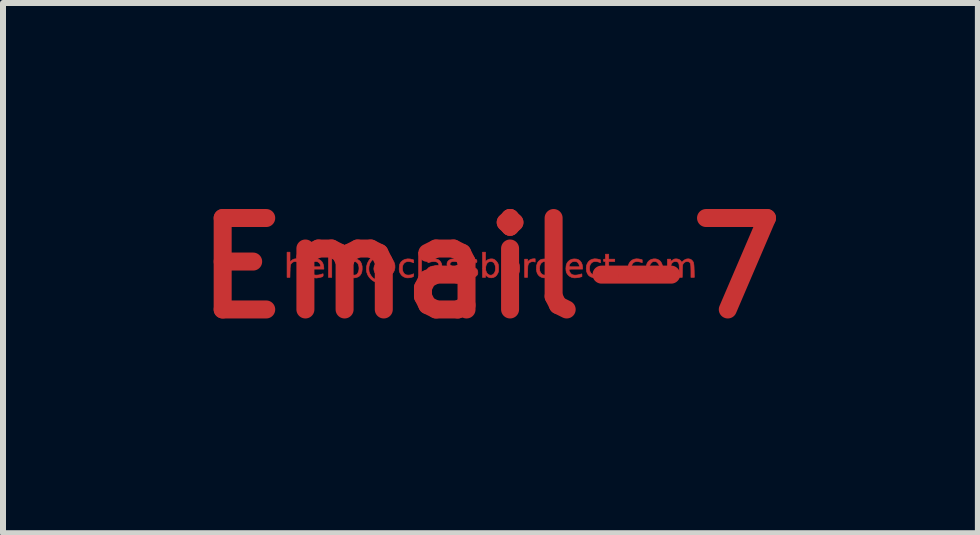
<source format=kicad_pcb>
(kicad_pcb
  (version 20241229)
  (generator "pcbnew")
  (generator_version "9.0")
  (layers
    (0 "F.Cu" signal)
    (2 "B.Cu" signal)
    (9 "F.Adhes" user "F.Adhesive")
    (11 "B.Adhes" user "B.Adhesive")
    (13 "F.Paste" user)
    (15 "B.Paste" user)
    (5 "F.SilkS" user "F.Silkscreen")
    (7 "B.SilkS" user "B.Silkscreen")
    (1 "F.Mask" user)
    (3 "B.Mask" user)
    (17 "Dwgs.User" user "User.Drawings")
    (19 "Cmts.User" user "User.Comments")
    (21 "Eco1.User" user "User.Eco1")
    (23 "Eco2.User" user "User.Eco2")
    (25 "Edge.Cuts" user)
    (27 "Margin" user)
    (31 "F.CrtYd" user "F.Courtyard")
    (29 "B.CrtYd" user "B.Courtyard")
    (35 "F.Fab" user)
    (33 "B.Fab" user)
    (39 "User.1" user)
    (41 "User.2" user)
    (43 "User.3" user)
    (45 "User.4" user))
  (footprint "Email-7"
    (layer "F.Cu")
    (at 5.124 1.418)
    (property "Reference" "Email-7" (at 0 0 0) (layer "F.Cu") (effects (font (size 1.524 1.524) (thickness 0.3))))
    (attr through_hole)
    (fp_poly (pts (xy -2.645 0.155) (xy -2.7 0.155) (xy -2.7 -0.265) (xy -2.645 -0.265) (xy -2.645 0.155)) (stroke (width 0.01) (type solid)) (fill yes) (layer "F.Cu"))
    (fp_poly (pts (xy -2.496 0.155) (xy -2.546 0.155) (xy -2.546 -0.265) (xy -2.496 -0.265) (xy -2.496 0.155)) (stroke (width 0.01) (type solid)) (fill yes) (layer "F.Cu"))
    (fp_poly (pts (xy -1.149 0.155) (xy -1.198 0.155) (xy -1.198 -0.265) (xy -1.149 -0.265) (xy -1.149 0.155)) (stroke (width 0.01) (type solid)) (fill yes) (layer "F.Cu"))
    (fp_poly (pts (xy 1.176 -0.199) (xy 1.121 -0.199) (xy 1.121 -0.265) (xy 1.176 -0.265) (xy 1.176 -0.199)) (stroke (width 0.01) (type solid)) (fill yes) (layer "F.Cu"))
    (fp_poly (pts (xy 2.203 0.155) (xy 2.142 0.155) (xy 2.142 0.083) (xy 2.203 0.083) (xy 2.203 0.155)) (stroke (width 0.01) (type solid)) (fill yes) (layer "F.Cu"))
    (fp_poly (pts (xy 0.745 -0.1) (xy 0.73 -0.105) (xy 0.709 -0.109) (xy 0.685 -0.106) (xy 0.663 -0.098) (xy 0.655 -0.093) (xy 0.644 -0.084) (xy 0.635 -0.073) (xy 0.629 -0.061) (xy 0.625 -0.044) (xy 0.622 -0.022) (xy 0.621 0.008) (xy 0.62 0.047) (xy 0.619 0.054) (xy 0.617 0.155) (xy 0.569 0.155) (xy 0.569 -0.149) (xy 0.618 -0.149) (xy 0.618 -0.104) (xy 0.634 -0.12) (xy 0.66 -0.14) (xy 0.692 -0.152) (xy 0.719 -0.155) (xy 0.745 -0.155) (xy 0.745 -0.1)) (stroke (width 0.01) (type solid)) (fill yes) (layer "F.Cu"))
    (fp_poly (pts (xy 1.175 0.026) (xy 1.175 0.075) (xy 1.174 0.115) (xy 1.173 0.145) (xy 1.172 0.169) (xy 1.171 0.187) (xy 1.17 0.2) (xy 1.168 0.209) (xy 1.165 0.217) (xy 1.162 0.223) (xy 1.147 0.246) (xy 1.128 0.26) (xy 1.101 0.268) (xy 1.092 0.269) (xy 1.06 0.272) (xy 1.06 0.249) (xy 1.061 0.235) (xy 1.064 0.228) (xy 1.073 0.226) (xy 1.079 0.226) (xy 1.1 0.222) (xy 1.11 0.214) (xy 1.113 0.211) (xy 1.115 0.206) (xy 1.117 0.199) (xy 1.119 0.189) (xy 1.12 0.174) (xy 1.12 0.154) (xy 1.121 0.127) (xy 1.121 0.091) (xy 1.121 0.047) (xy 1.121 0.027) (xy 1.121 -0.149) (xy 1.177 -0.149) (xy 1.175 0.026)) (stroke (width 0.01) (type solid)) (fill yes) (layer "F.Cu"))
    (fp_poly (pts (xy 1.971 -0.149) (xy 2.071 -0.149) (xy 2.071 -0.11) (xy 1.971 -0.11) (xy 1.971 -0.012) (xy 1.971 0.028) (xy 1.972 0.058) (xy 1.974 0.079) (xy 1.978 0.094) (xy 1.984 0.103) (xy 1.994 0.108) (xy 2.007 0.11) (xy 2.025 0.11) (xy 2.03 0.11) (xy 2.071 0.11) (xy 2.071 0.155) (xy 2.028 0.154) (xy 2.006 0.153) (xy 1.987 0.152) (xy 1.975 0.151) (xy 1.974 0.151) (xy 1.962 0.146) (xy 1.948 0.137) (xy 1.946 0.135) (xy 1.936 0.125) (xy 1.928 0.11) (xy 1.923 0.09) (xy 1.919 0.063) (xy 1.917 0.027) (xy 1.916 -0.017) (xy 1.916 -0.029) (xy 1.916 -0.11) (xy 1.899 -0.11) (xy 1.888 -0.112) (xy 1.884 -0.117) (xy 1.883 -0.13) (xy 1.884 -0.143) (xy 1.889 -0.148) (xy 1.899 -0.149) (xy 1.916 -0.149) (xy 1.916 -0.232) (xy 1.971 -0.232) (xy 1.971 -0.149)) (stroke (width 0.01) (type solid)) (fill yes) (layer "F.Cu"))
    (fp_poly (pts (xy -3.341 -0.103) (xy -3.32 -0.122) (xy -3.296 -0.141) (xy -3.273 -0.151) (xy -3.247 -0.155) (xy -3.245 -0.155) (xy -3.211 -0.151) (xy -3.183 -0.139) (xy -3.166 -0.124) (xy -3.157 -0.112) (xy -3.149 -0.1) (xy -3.144 -0.085) (xy -3.14 -0.066) (xy -3.138 -0.042) (xy -3.137 -0.01) (xy -3.136 0.031) (xy -3.136 0.046) (xy -3.136 0.155) (xy -3.186 0.155) (xy -3.186 0.052) (xy -3.186 0.011) (xy -3.187 -0.021) (xy -3.189 -0.044) (xy -3.191 -0.06) (xy -3.194 -0.068) (xy -3.208 -0.091) (xy -3.228 -0.105) (xy -3.25 -0.11) (xy -3.274 -0.108) (xy -3.298 -0.097) (xy -3.318 -0.078) (xy -3.327 -0.066) (xy -3.331 -0.058) (xy -3.334 -0.049) (xy -3.336 -0.036) (xy -3.337 -0.019) (xy -3.339 0.005) (xy -3.339 0.037) (xy -3.34 0.054) (xy -3.342 0.155) (xy -3.39 0.155) (xy -3.39 -0.265) (xy -3.341 -0.265) (xy -3.341 -0.103)) (stroke (width 0.01) (type solid)) (fill yes) (layer "F.Cu"))
    (fp_poly (pts (xy -1.34 -0.152) (xy -1.311 -0.145) (xy -1.281 -0.136) (xy -1.281 -0.089) (xy -1.311 -0.1) (xy -1.35 -0.109) (xy -1.385 -0.109) (xy -1.415 -0.1) (xy -1.439 -0.082) (xy -1.457 -0.057) (xy -1.466 -0.024) (xy -1.468 0.013) (xy -1.461 0.051) (xy -1.448 0.08) (xy -1.428 0.101) (xy -1.4 0.114) (xy -1.368 0.117) (xy -1.328 0.113) (xy -1.307 0.106) (xy -1.281 0.094) (xy -1.281 0.119) (xy -1.282 0.133) (xy -1.285 0.141) (xy -1.294 0.146) (xy -1.307 0.151) (xy -1.349 0.161) (xy -1.388 0.163) (xy -1.406 0.16) (xy -1.444 0.147) (xy -1.475 0.126) (xy -1.499 0.096) (xy -1.506 0.084) (xy -1.514 0.066) (xy -1.518 0.05) (xy -1.521 0.031) (xy -1.521 0.006) (xy -1.521 0.006) (xy -1.519 -0.03) (xy -1.514 -0.059) (xy -1.504 -0.082) (xy -1.489 -0.103) (xy -1.484 -0.108) (xy -1.455 -0.132) (xy -1.42 -0.147) (xy -1.381 -0.154) (xy -1.34 -0.152)) (stroke (width 0.01) (type solid)) (fill yes) (layer "F.Cu"))
    (fp_poly (pts (xy 2.474 -0.152) (xy 2.5 -0.146) (xy 2.529 -0.138) (xy 2.529 -0.09) (xy 2.5 -0.1) (xy 2.461 -0.109) (xy 2.427 -0.109) (xy 2.397 -0.1) (xy 2.374 -0.082) (xy 2.357 -0.056) (xy 2.347 -0.023) (xy 2.345 0.015) (xy 2.351 0.049) (xy 2.365 0.078) (xy 2.385 0.101) (xy 2.398 0.108) (xy 2.417 0.114) (xy 2.443 0.117) (xy 2.47 0.116) (xy 2.495 0.111) (xy 2.504 0.108) (xy 2.518 0.103) (xy 2.526 0.1) (xy 2.527 0.099) (xy 2.528 0.104) (xy 2.528 0.117) (xy 2.528 0.122) (xy 2.526 0.137) (xy 2.52 0.146) (xy 2.509 0.151) (xy 2.507 0.152) (xy 2.467 0.161) (xy 2.425 0.162) (xy 2.402 0.158) (xy 2.365 0.145) (xy 2.335 0.124) (xy 2.313 0.095) (xy 2.298 0.058) (xy 2.292 0.015) (xy 2.292 0.002) (xy 2.296 -0.041) (xy 2.31 -0.078) (xy 2.331 -0.109) (xy 2.359 -0.133) (xy 2.393 -0.148) (xy 2.431 -0.155) (xy 2.474 -0.152)) (stroke (width 0.01) (type solid)) (fill yes) (layer "F.Cu"))
    (fp_poly (pts (xy 1.778 -0.152) (xy 1.805 -0.146) (xy 1.833 -0.138) (xy 1.833 -0.089) (xy 1.806 -0.1) (xy 1.768 -0.11) (xy 1.734 -0.11) (xy 1.704 -0.101) (xy 1.68 -0.083) (xy 1.662 -0.058) (xy 1.652 -0.025) (xy 1.652 -0.023) (xy 1.65 0.017) (xy 1.656 0.051) (xy 1.671 0.081) (xy 1.694 0.103) (xy 1.706 0.11) (xy 1.722 0.115) (xy 1.745 0.117) (xy 1.77 0.116) (xy 1.793 0.113) (xy 1.808 0.108) (xy 1.822 0.103) (xy 1.83 0.1) (xy 1.831 0.099) (xy 1.833 0.104) (xy 1.833 0.117) (xy 1.832 0.122) (xy 1.83 0.137) (xy 1.825 0.146) (xy 1.813 0.151) (xy 1.811 0.152) (xy 1.771 0.161) (xy 1.729 0.162) (xy 1.706 0.158) (xy 1.669 0.145) (xy 1.639 0.124) (xy 1.617 0.095) (xy 1.602 0.058) (xy 1.596 0.015) (xy 1.596 0.002) (xy 1.6 -0.041) (xy 1.614 -0.078) (xy 1.635 -0.109) (xy 1.663 -0.133) (xy 1.697 -0.148) (xy 1.736 -0.155) (xy 1.778 -0.152)) (stroke (width 0.01) (type solid)) (fill yes) (layer "F.Cu"))
    (fp_poly (pts (xy 0.923 -0.151) (xy 0.953 -0.146) (xy 0.97 -0.139) (xy 0.999 -0.118) (xy 1.02 -0.089) (xy 1.033 -0.052) (xy 1.039 -0.008) (xy 1.039 0.003) (xy 1.035 0.049) (xy 1.024 0.087) (xy 1.004 0.118) (xy 0.994 0.129) (xy 0.964 0.149) (xy 0.929 0.16) (xy 0.891 0.162) (xy 0.874 0.16) (xy 0.843 0.15) (xy 0.817 0.134) (xy 0.799 0.116) (xy 0.782 0.091) (xy 0.772 0.062) (xy 0.767 0.026) (xy 0.767 0.023) (xy 0.818 0.023) (xy 0.823 0.049) (xy 0.835 0.077) (xy 0.853 0.098) (xy 0.875 0.112) (xy 0.9 0.117) (xy 0.925 0.114) (xy 0.948 0.102) (xy 0.959 0.092) (xy 0.974 0.068) (xy 0.984 0.037) (xy 0.987 0.003) (xy 0.983 -0.031) (xy 0.973 -0.063) (xy 0.971 -0.068) (xy 0.954 -0.091) (xy 0.933 -0.105) (xy 0.908 -0.11) (xy 0.883 -0.107) (xy 0.86 -0.096) (xy 0.84 -0.077) (xy 0.832 -0.064) (xy 0.823 -0.039) (xy 0.819 -0.008) (xy 0.818 0.023) (xy 0.767 0.023) (xy 0.766 -0.003) (xy 0.77 -0.047) (xy 0.781 -0.083) (xy 0.8 -0.112) (xy 0.827 -0.135) (xy 0.837 -0.14) (xy 0.861 -0.148) (xy 0.891 -0.152) (xy 0.923 -0.151)) (stroke (width 0.01) (type solid)) (fill yes) (layer "F.Cu"))
    (fp_poly (pts (xy -2.259 -0.153) (xy -2.221 -0.145) (xy -2.19 -0.129) (xy -2.165 -0.104) (xy -2.149 -0.071) (xy -2.139 -0.031) (xy -2.138 0.017) (xy -2.138 0.018) (xy -2.143 0.059) (xy -2.155 0.093) (xy -2.174 0.122) (xy -2.177 0.126) (xy -2.199 0.143) (xy -2.228 0.155) (xy -2.261 0.162) (xy -2.295 0.162) (xy -2.308 0.16) (xy -2.341 0.148) (xy -2.369 0.127) (xy -2.39 0.098) (xy -2.405 0.062) (xy -2.412 0.019) (xy -2.412 0.017) (xy -2.412 -0.012) (xy -2.357 -0.012) (xy -2.356 0.021) (xy -2.351 0.053) (xy -2.341 0.079) (xy -2.334 0.09) (xy -2.314 0.106) (xy -2.289 0.116) (xy -2.262 0.117) (xy -2.237 0.111) (xy -2.235 0.11) (xy -2.218 0.095) (xy -2.205 0.072) (xy -2.195 0.044) (xy -2.191 0.013) (xy -2.192 -0.019) (xy -2.198 -0.049) (xy -2.209 -0.075) (xy -2.227 -0.095) (xy -2.25 -0.107) (xy -2.275 -0.11) (xy -2.3 -0.105) (xy -2.323 -0.091) (xy -2.342 -0.069) (xy -2.343 -0.067) (xy -2.353 -0.042) (xy -2.357 -0.012) (xy -2.412 -0.012) (xy -2.411 -0.025) (xy -2.404 -0.06) (xy -2.39 -0.09) (xy -2.37 -0.115) (xy -2.342 -0.138) (xy -2.312 -0.15) (xy -2.276 -0.154) (xy -2.259 -0.153)) (stroke (width 0.01) (type solid)) (fill yes) (layer "F.Cu"))
    (fp_poly (pts (xy -0.083 -0.103) (xy -0.071 -0.119) (xy -0.051 -0.136) (xy -0.024 -0.148) (xy 0.006 -0.154) (xy 0.036 -0.153) (xy 0.057 -0.147) (xy 0.074 -0.136) (xy 0.093 -0.119) (xy 0.111 -0.098) (xy 0.124 -0.076) (xy 0.126 -0.073) (xy 0.131 -0.054) (xy 0.134 -0.028) (xy 0.135 0.003) (xy 0.135 0.031) (xy 0.133 0.051) (xy 0.13 0.067) (xy 0.124 0.083) (xy 0.122 0.086) (xy 0.103 0.119) (xy 0.077 0.143) (xy 0.047 0.157) (xy 0.013 0.162) (xy -0.018 0.158) (xy -0.044 0.147) (xy -0.064 0.132) (xy -0.083 0.114) (xy -0.083 0.155) (xy -0.133 0.155) (xy -0.133 0.007) (xy -0.081 0.007) (xy -0.078 0.039) (xy -0.067 0.07) (xy -0.051 0.094) (xy -0.03 0.11) (xy -0.007 0.118) (xy 0.018 0.117) (xy 0.043 0.106) (xy 0.044 0.105) (xy 0.062 0.086) (xy 0.075 0.061) (xy 0.082 0.031) (xy 0.084 -0.001) (xy 0.081 -0.032) (xy 0.072 -0.061) (xy 0.059 -0.085) (xy 0.04 -0.101) (xy 0.038 -0.102) (xy 0.014 -0.11) (xy -0.013 -0.108) (xy -0.038 -0.099) (xy -0.056 -0.082) (xy -0.07 -0.057) (xy -0.078 -0.026) (xy -0.081 0.007) (xy -0.133 0.007) (xy -0.133 -0.265) (xy -0.083 -0.265) (xy -0.083 -0.103)) (stroke (width 0.01) (type solid)) (fill yes) (layer "F.Cu"))
    (fp_poly (pts (xy 2.758 -0.153) (xy 2.792 -0.142) (xy 2.822 -0.122) (xy 2.833 -0.112) (xy 2.853 -0.08) (xy 2.866 -0.043) (xy 2.872 -0.003) (xy 2.869 0.038) (xy 2.858 0.077) (xy 2.84 0.113) (xy 2.838 0.116) (xy 2.815 0.138) (xy 2.786 0.153) (xy 2.751 0.162) (xy 2.715 0.162) (xy 2.702 0.16) (xy 2.666 0.148) (xy 2.637 0.128) (xy 2.616 0.1) (xy 2.603 0.064) (xy 2.596 0.019) (xy 2.596 0.018) (xy 2.597 0.001) (xy 2.649 0.001) (xy 2.652 0.037) (xy 2.661 0.069) (xy 2.675 0.094) (xy 2.683 0.101) (xy 2.703 0.113) (xy 2.729 0.118) (xy 2.755 0.115) (xy 2.776 0.106) (xy 2.794 0.088) (xy 2.808 0.061) (xy 2.814 0.028) (xy 2.815 0.025) (xy 2.816 -0.01) (xy 2.814 -0.037) (xy 2.806 -0.058) (xy 2.794 -0.077) (xy 2.785 -0.086) (xy 2.771 -0.1) (xy 2.76 -0.107) (xy 2.747 -0.11) (xy 2.733 -0.11) (xy 2.717 -0.11) (xy 2.705 -0.106) (xy 2.693 -0.098) (xy 2.681 -0.086) (xy 2.665 -0.067) (xy 2.656 -0.05) (xy 2.653 -0.038) (xy 2.649 0.001) (xy 2.597 0.001) (xy 2.597 -0.03) (xy 2.606 -0.07) (xy 2.623 -0.102) (xy 2.647 -0.127) (xy 2.68 -0.145) (xy 2.684 -0.146) (xy 2.721 -0.154) (xy 2.758 -0.153)) (stroke (width 0.01) (type solid)) (fill yes) (layer "F.Cu"))
    (fp_poly (pts (xy 0.403 -0.147) (xy 0.431 -0.131) (xy 0.455 -0.109) (xy 0.473 -0.078) (xy 0.474 -0.077) (xy 0.482 -0.047) (xy 0.487 -0.011) (xy 0.486 0.026) (xy 0.481 0.06) (xy 0.472 0.089) (xy 0.471 0.09) (xy 0.457 0.112) (xy 0.438 0.133) (xy 0.418 0.149) (xy 0.412 0.153) (xy 0.388 0.16) (xy 0.36 0.161) (xy 0.331 0.157) (xy 0.307 0.147) (xy 0.291 0.137) (xy 0.28 0.127) (xy 0.276 0.123) (xy 0.274 0.122) (xy 0.272 0.131) (xy 0.271 0.15) (xy 0.271 0.178) (xy 0.271 0.192) (xy 0.271 0.271) (xy 0.215 0.271) (xy 0.215 0.001) (xy 0.271 0.001) (xy 0.274 0.04) (xy 0.284 0.072) (xy 0.299 0.096) (xy 0.319 0.112) (xy 0.344 0.119) (xy 0.371 0.116) (xy 0.391 0.109) (xy 0.407 0.096) (xy 0.42 0.074) (xy 0.43 0.047) (xy 0.435 0.019) (xy 0.434 -0.022) (xy 0.424 -0.058) (xy 0.406 -0.086) (xy 0.394 -0.099) (xy 0.383 -0.105) (xy 0.366 -0.108) (xy 0.358 -0.109) (xy 0.34 -0.11) (xy 0.327 -0.108) (xy 0.316 -0.101) (xy 0.31 -0.096) (xy 0.288 -0.072) (xy 0.276 -0.041) (xy 0.271 -0.004) (xy 0.271 0.001) (xy 0.215 0.001) (xy 0.215 -0.149) (xy 0.271 -0.149) (xy 0.271 -0.109) (xy 0.286 -0.124) (xy 0.312 -0.143) (xy 0.342 -0.153) (xy 0.372 -0.154) (xy 0.403 -0.147)) (stroke (width 0.01) (type solid)) (fill yes) (layer "F.Cu"))
    (fp_poly (pts (xy -2.899 -0.154) (xy -2.863 -0.146) (xy -2.832 -0.129) (xy -2.808 -0.104) (xy -2.79 -0.071) (xy -2.78 -0.031) (xy -2.779 -0.021) (xy -2.776 0.017) (xy -3.008 0.017) (xy -3.004 0.035) (xy -2.993 0.066) (xy -2.978 0.089) (xy -2.958 0.105) (xy -2.946 0.111) (xy -2.923 0.116) (xy -2.894 0.117) (xy -2.863 0.114) (xy -2.833 0.108) (xy -2.825 0.105) (xy -2.807 0.099) (xy -2.795 0.095) (xy -2.79 0.094) (xy -2.789 0.099) (xy -2.789 0.111) (xy -2.788 0.116) (xy -2.79 0.131) (xy -2.795 0.139) (xy -2.807 0.146) (xy -2.807 0.146) (xy -2.82 0.15) (xy -2.839 0.154) (xy -2.862 0.159) (xy -2.883 0.163) (xy -2.9 0.165) (xy -2.908 0.165) (xy -2.916 0.164) (xy -2.93 0.161) (xy -2.944 0.158) (xy -2.982 0.145) (xy -3.012 0.123) (xy -3.036 0.094) (xy -3.051 0.058) (xy -3.058 0.016) (xy -3.057 -0.026) (xy -3.054 -0.038) (xy -3.004 -0.038) (xy -3.003 -0.031) (xy -2.997 -0.026) (xy -2.984 -0.023) (xy -2.962 -0.022) (xy -2.932 -0.022) (xy -2.916 -0.022) (xy -2.828 -0.022) (xy -2.833 -0.045) (xy -2.839 -0.062) (xy -2.845 -0.077) (xy -2.846 -0.079) (xy -2.865 -0.097) (xy -2.889 -0.108) (xy -2.916 -0.111) (xy -2.943 -0.106) (xy -2.967 -0.095) (xy -2.986 -0.077) (xy -2.993 -0.065) (xy -3 -0.049) (xy -3.004 -0.038) (xy -3.054 -0.038) (xy -3.048 -0.062) (xy -3.031 -0.094) (xy -3.013 -0.114) (xy -2.985 -0.136) (xy -2.956 -0.149) (xy -2.922 -0.154) (xy -2.899 -0.154)) (stroke (width 0.01) (type solid)) (fill yes) (layer "F.Cu"))
    (fp_poly (pts (xy 1.431 -0.151) (xy 1.465 -0.14) (xy 1.493 -0.12) (xy 1.515 -0.092) (xy 1.529 -0.057) (xy 1.535 -0.017) (xy 1.535 -0.01) (xy 1.535 0.017) (xy 1.422 0.017) (xy 1.383 0.017) (xy 1.353 0.017) (xy 1.333 0.018) (xy 1.319 0.02) (xy 1.312 0.023) (xy 1.309 0.028) (xy 1.31 0.036) (xy 1.313 0.046) (xy 1.315 0.05) (xy 1.33 0.08) (xy 1.349 0.101) (xy 1.363 0.109) (xy 1.391 0.116) (xy 1.424 0.117) (xy 1.461 0.112) (xy 1.499 0.103) (xy 1.514 0.097) (xy 1.52 0.096) (xy 1.523 0.101) (xy 1.524 0.114) (xy 1.524 0.117) (xy 1.524 0.142) (xy 1.492 0.151) (xy 1.459 0.158) (xy 1.426 0.162) (xy 1.397 0.163) (xy 1.389 0.162) (xy 1.35 0.153) (xy 1.319 0.137) (xy 1.296 0.117) (xy 1.277 0.093) (xy 1.265 0.07) (xy 1.259 0.042) (xy 1.257 0.008) (xy 1.257 0.003) (xy 1.26 -0.028) (xy 1.31 -0.028) (xy 1.313 -0.026) (xy 1.32 -0.024) (xy 1.333 -0.023) (xy 1.353 -0.022) (xy 1.382 -0.022) (xy 1.397 -0.022) (xy 1.486 -0.022) (xy 1.482 -0.04) (xy 1.471 -0.071) (xy 1.455 -0.094) (xy 1.432 -0.107) (xy 1.402 -0.111) (xy 1.378 -0.108) (xy 1.358 -0.101) (xy 1.339 -0.087) (xy 1.324 -0.071) (xy 1.317 -0.057) (xy 1.313 -0.042) (xy 1.311 -0.032) (xy 1.31 -0.028) (xy 1.26 -0.028) (xy 1.261 -0.042) (xy 1.274 -0.08) (xy 1.295 -0.11) (xy 1.323 -0.133) (xy 1.358 -0.148) (xy 1.392 -0.153) (xy 1.431 -0.151)) (stroke (width 0.01) (type solid)) (fill yes) (layer "F.Cu"))
    (fp_poly (pts (xy -0.582 -0.153) (xy -0.556 -0.15) (xy -0.534 -0.146) (xy -0.529 -0.144) (xy -0.519 -0.139) (xy -0.514 -0.13) (xy -0.514 -0.116) (xy -0.514 -0.102) (xy -0.517 -0.096) (xy -0.525 -0.096) (xy -0.54 -0.101) (xy -0.544 -0.102) (xy -0.564 -0.107) (xy -0.589 -0.109) (xy -0.615 -0.11) (xy -0.637 -0.108) (xy -0.651 -0.103) (xy -0.666 -0.091) (xy -0.675 -0.075) (xy -0.675 -0.06) (xy -0.669 -0.049) (xy -0.655 -0.039) (xy -0.634 -0.03) (xy -0.604 -0.021) (xy -0.565 -0.01) (xy -0.536 0.003) (xy -0.516 0.017) (xy -0.511 0.022) (xy -0.503 0.037) (xy -0.499 0.059) (xy -0.5 0.083) (xy -0.504 0.105) (xy -0.511 0.12) (xy -0.533 0.139) (xy -0.562 0.153) (xy -0.597 0.161) (xy -0.637 0.162) (xy -0.658 0.159) (xy -0.686 0.155) (xy -0.706 0.151) (xy -0.717 0.147) (xy -0.724 0.14) (xy -0.727 0.131) (xy -0.728 0.12) (xy -0.728 0.105) (xy -0.727 0.095) (xy -0.727 0.094) (xy -0.72 0.096) (xy -0.707 0.1) (xy -0.697 0.104) (xy -0.664 0.114) (xy -0.632 0.119) (xy -0.603 0.118) (xy -0.579 0.112) (xy -0.562 0.1) (xy -0.552 0.085) (xy -0.551 0.075) (xy -0.555 0.057) (xy -0.57 0.043) (xy -0.594 0.032) (xy -0.601 0.03) (xy -0.635 0.02) (xy -0.66 0.013) (xy -0.677 0.006) (xy -0.69 0.000182) (xy -0.699 -0.006) (xy -0.704 -0.011) (xy -0.719 -0.034) (xy -0.725 -0.06) (xy -0.723 -0.085) (xy -0.712 -0.11) (xy -0.693 -0.13) (xy -0.668 -0.145) (xy -0.656 -0.149) (xy -0.637 -0.152) (xy -0.611 -0.153) (xy -0.582 -0.153)) (stroke (width 0.01) (type solid)) (fill yes) (layer "F.Cu"))
    (fp_poly (pts (xy 3.325 -0.15) (xy 3.351 -0.136) (xy 3.361 -0.126) (xy 3.371 -0.114) (xy 3.379 -0.102) (xy 3.384 -0.087) (xy 3.388 -0.068) (xy 3.391 -0.044) (xy 3.393 -0.012) (xy 3.394 0.028) (xy 3.395 0.043) (xy 3.397 0.155) (xy 3.341 0.155) (xy 3.341 0.05) (xy 3.34 0.007) (xy 3.339 -0.026) (xy 3.337 -0.051) (xy 3.334 -0.07) (xy 3.329 -0.083) (xy 3.322 -0.093) (xy 3.313 -0.101) (xy 3.312 -0.101) (xy 3.292 -0.11) (xy 3.268 -0.11) (xy 3.244 -0.102) (xy 3.224 -0.087) (xy 3.213 -0.074) (xy 3.208 -0.066) (xy 3.205 -0.057) (xy 3.202 -0.047) (xy 3.201 -0.033) (xy 3.2 -0.014) (xy 3.199 0.013) (xy 3.198 0.049) (xy 3.198 0.051) (xy 3.196 0.155) (xy 3.147 0.155) (xy 3.147 0.054) (xy 3.147 0.008) (xy 3.145 -0.029) (xy 3.143 -0.057) (xy 3.138 -0.077) (xy 3.13 -0.091) (xy 3.12 -0.101) (xy 3.107 -0.106) (xy 3.09 -0.109) (xy 3.088 -0.109) (xy 3.068 -0.109) (xy 3.053 -0.105) (xy 3.043 -0.099) (xy 3.03 -0.089) (xy 3.021 -0.078) (xy 3.014 -0.066) (xy 3.009 -0.05) (xy 3.006 -0.028) (xy 3.004 0.001) (xy 3.004 0.039) (xy 3.004 0.054) (xy 3.004 0.155) (xy 2.949 0.155) (xy 2.949 -0.149) (xy 3.004 -0.149) (xy 3.004 -0.111) (xy 3.029 -0.13) (xy 3.051 -0.145) (xy 3.07 -0.152) (xy 3.091 -0.154) (xy 3.109 -0.153) (xy 3.139 -0.146) (xy 3.163 -0.13) (xy 3.178 -0.112) (xy 3.189 -0.096) (xy 3.209 -0.117) (xy 3.236 -0.138) (xy 3.265 -0.151) (xy 3.296 -0.155) (xy 3.325 -0.15)) (stroke (width 0.01) (type solid)) (fill yes) (layer "F.Cu"))
    (fp_poly (pts (xy -0.901 -0.15) (xy -0.873 -0.142) (xy -0.869 -0.14) (xy -0.846 -0.123) (xy -0.827 -0.098) (xy -0.814 -0.067) (xy -0.812 -0.056) (xy -0.81 -0.04) (xy -0.808 -0.016) (xy -0.807 0.014) (xy -0.806 0.047) (xy -0.806 0.064) (xy -0.806 0.155) (xy -0.856 0.155) (xy -0.856 0.109) (xy -0.867 0.123) (xy -0.886 0.14) (xy -0.913 0.153) (xy -0.943 0.16) (xy -0.974 0.162) (xy -0.99 0.16) (xy -1.02 0.148) (xy -1.043 0.128) (xy -1.056 0.102) (xy -1.062 0.069) (xy -1.062 0.066) (xy -1.062 0.065) (xy -1.01 0.065) (xy -1.005 0.086) (xy -0.992 0.104) (xy -0.974 0.116) (xy -0.969 0.118) (xy -0.951 0.119) (xy -0.928 0.116) (xy -0.907 0.109) (xy -0.905 0.107) (xy -0.884 0.091) (xy -0.869 0.065) (xy -0.861 0.038) (xy -0.858 0.022) (xy -0.856 0.011) (xy -0.856 0.008) (xy -0.861 0.007) (xy -0.875 0.006) (xy -0.895 0.006) (xy -0.909 0.006) (xy -0.946 0.007) (xy -0.973 0.011) (xy -0.992 0.02) (xy -1.004 0.033) (xy -1.01 0.051) (xy -1.01 0.065) (xy -1.062 0.065) (xy -1.058 0.035) (xy -1.046 0.01) (xy -1.027 -0.01) (xy -0.999 -0.024) (xy -0.963 -0.033) (xy -0.917 -0.038) (xy -0.891 -0.039) (xy -0.857 -0.039) (xy -0.861 -0.058) (xy -0.866 -0.073) (xy -0.872 -0.085) (xy -0.872 -0.085) (xy -0.89 -0.099) (xy -0.915 -0.107) (xy -0.945 -0.11) (xy -0.977 -0.107) (xy -1.009 -0.099) (xy -1.026 -0.094) (xy -1.038 -0.09) (xy -1.042 -0.088) (xy -1.043 -0.093) (xy -1.043 -0.106) (xy -1.043 -0.112) (xy -1.041 -0.135) (xy -1.005 -0.145) (xy -0.971 -0.152) (xy -0.935 -0.153) (xy -0.901 -0.15)) (stroke (width 0.01) (type solid)) (fill yes) (layer "F.Cu"))
    (fp_poly (pts (xy -0.295 -0.153) (xy -0.268 -0.15) (xy -0.247 -0.146) (xy -0.242 -0.144) (xy -0.232 -0.139) (xy -0.227 -0.13) (xy -0.226 -0.116) (xy -0.227 -0.102) (xy -0.229 -0.094) (xy -0.229 -0.094) (xy -0.236 -0.095) (xy -0.25 -0.1) (xy -0.26 -0.103) (xy -0.296 -0.109) (xy -0.325 -0.11) (xy -0.354 -0.106) (xy -0.372 -0.099) (xy -0.383 -0.087) (xy -0.386 -0.07) (xy -0.387 -0.068) (xy -0.385 -0.055) (xy -0.377 -0.045) (xy -0.364 -0.036) (xy -0.342 -0.028) (xy -0.317 -0.021) (xy -0.279 -0.01) (xy -0.252 0.001) (xy -0.232 0.014) (xy -0.22 0.03) (xy -0.213 0.049) (xy -0.211 0.065) (xy -0.211 0.086) (xy -0.213 0.1) (xy -0.22 0.114) (xy -0.222 0.116) (xy -0.243 0.137) (xy -0.272 0.152) (xy -0.307 0.16) (xy -0.348 0.162) (xy -0.371 0.159) (xy -0.399 0.155) (xy -0.418 0.151) (xy -0.43 0.147) (xy -0.437 0.14) (xy -0.44 0.131) (xy -0.441 0.12) (xy -0.441 0.105) (xy -0.44 0.095) (xy -0.439 0.094) (xy -0.433 0.096) (xy -0.42 0.1) (xy -0.41 0.104) (xy -0.366 0.117) (xy -0.324 0.119) (xy -0.306 0.116) (xy -0.283 0.107) (xy -0.268 0.094) (xy -0.262 0.078) (xy -0.264 0.062) (xy -0.275 0.047) (xy -0.295 0.037) (xy -0.312 0.031) (xy -0.334 0.024) (xy -0.358 0.017) (xy -0.359 0.016) (xy -0.387 0.006) (xy -0.408 -0.005) (xy -0.418 -0.014) (xy -0.428 -0.025) (xy -0.434 -0.036) (xy -0.436 -0.05) (xy -0.436 -0.065) (xy -0.436 -0.085) (xy -0.433 -0.098) (xy -0.426 -0.109) (xy -0.416 -0.121) (xy -0.39 -0.141) (xy -0.37 -0.149) (xy -0.35 -0.152) (xy -0.324 -0.153) (xy -0.295 -0.153)) (stroke (width 0.01) (type solid)) (fill yes) (layer "F.Cu"))
    (fp_poly (pts (xy -1.783 -0.23) (xy -1.739 -0.219) (xy -1.699 -0.201) (xy -1.664 -0.176) (xy -1.634 -0.145) (xy -1.611 -0.108) (xy -1.596 -0.066) (xy -1.592 -0.041) (xy -1.592 -0.003) (xy -1.6 0.033) (xy -1.614 0.065) (xy -1.634 0.089) (xy -1.636 0.091) (xy -1.667 0.112) (xy -1.699 0.125) (xy -1.727 0.13) (xy -1.756 0.134) (xy -1.756 0.1) (xy -1.776 0.113) (xy -1.805 0.128) (xy -1.836 0.132) (xy -1.865 0.127) (xy -1.891 0.115) (xy -1.914 0.095) (xy -1.931 0.068) (xy -1.941 0.036) (xy -1.943 0.021) (xy -1.899 0.021) (xy -1.892 0.046) (xy -1.879 0.066) (xy -1.861 0.081) (xy -1.84 0.09) (xy -1.815 0.09) (xy -1.795 0.083) (xy -1.777 0.068) (xy -1.765 0.046) (xy -1.759 0.019) (xy -1.761 -0.009) (xy -1.761 -0.014) (xy -1.771 -0.036) (xy -1.787 -0.055) (xy -1.807 -0.068) (xy -1.825 -0.072) (xy -1.853 -0.067) (xy -1.875 -0.052) (xy -1.888 -0.033) (xy -1.898 -0.006) (xy -1.899 0.021) (xy -1.943 0.021) (xy -1.944 0.011) (xy -1.94 -0.021) (xy -1.928 -0.052) (xy -1.911 -0.078) (xy -1.89 -0.098) (xy -1.878 -0.105) (xy -1.853 -0.11) (xy -1.825 -0.109) (xy -1.798 -0.103) (xy -1.776 -0.092) (xy -1.776 -0.092) (xy -1.756 -0.077) (xy -1.756 -0.091) (xy -1.755 -0.1) (xy -1.749 -0.104) (xy -1.736 -0.105) (xy -1.734 -0.105) (xy -1.712 -0.105) (xy -1.712 -0.008) (xy -1.711 0.032) (xy -1.71 0.061) (xy -1.709 0.08) (xy -1.707 0.088) (xy -1.706 0.088) (xy -1.69 0.084) (xy -1.672 0.072) (xy -1.655 0.055) (xy -1.643 0.037) (xy -1.64 0.03) (xy -1.635 0.008) (xy -1.633 -0.02) (xy -1.636 -0.05) (xy -1.641 -0.075) (xy -1.644 -0.084) (xy -1.666 -0.12) (xy -1.694 -0.149) (xy -1.727 -0.171) (xy -1.764 -0.185) (xy -1.803 -0.192) (xy -1.843 -0.191) (xy -1.883 -0.184) (xy -1.92 -0.169) (xy -1.954 -0.148) (xy -1.984 -0.12) (xy -2.007 -0.086) (xy -2.018 -0.056) (xy -2.025 -0.023) (xy -2.027 0.014) (xy -2.024 0.051) (xy -2.021 0.067) (xy -2.011 0.091) (xy -1.996 0.119) (xy -1.977 0.144) (xy -1.958 0.164) (xy -1.922 0.187) (xy -1.881 0.202) (xy -1.838 0.209) (xy -1.793 0.207) (xy -1.751 0.196) (xy -1.717 0.179) (xy -1.696 0.166) (xy -1.683 0.18) (xy -1.67 0.194) (xy -1.684 0.205) (xy -1.697 0.214) (xy -1.715 0.224) (xy -1.726 0.229) (xy -1.742 0.236) (xy -1.76 0.241) (xy -1.782 0.246) (xy -1.811 0.25) (xy -1.817 0.251) (xy -1.83 0.251) (xy -1.849 0.25) (xy -1.864 0.248) (xy -1.909 0.236) (xy -1.952 0.215) (xy -1.991 0.186) (xy -2.023 0.15) (xy -2.045 0.115) (xy -2.062 0.069) (xy -2.068 0.021) (xy -2.065 -0.027) (xy -2.053 -0.074) (xy -2.032 -0.117) (xy -2.004 -0.155) (xy -1.967 -0.187) (xy -1.963 -0.19) (xy -1.919 -0.214) (xy -1.874 -0.228) (xy -1.828 -0.233) (xy -1.783 -0.23)) (stroke (width 0.01) (type solid)) (fill yes) (layer "F.Cu")))
  (gr_rect
    (start -3 -3)
    (end 13.247 5.836)
    (stroke (width 0.1) (type default))
    (fill no)
    (layer "Edge.Cuts")))
</source>
